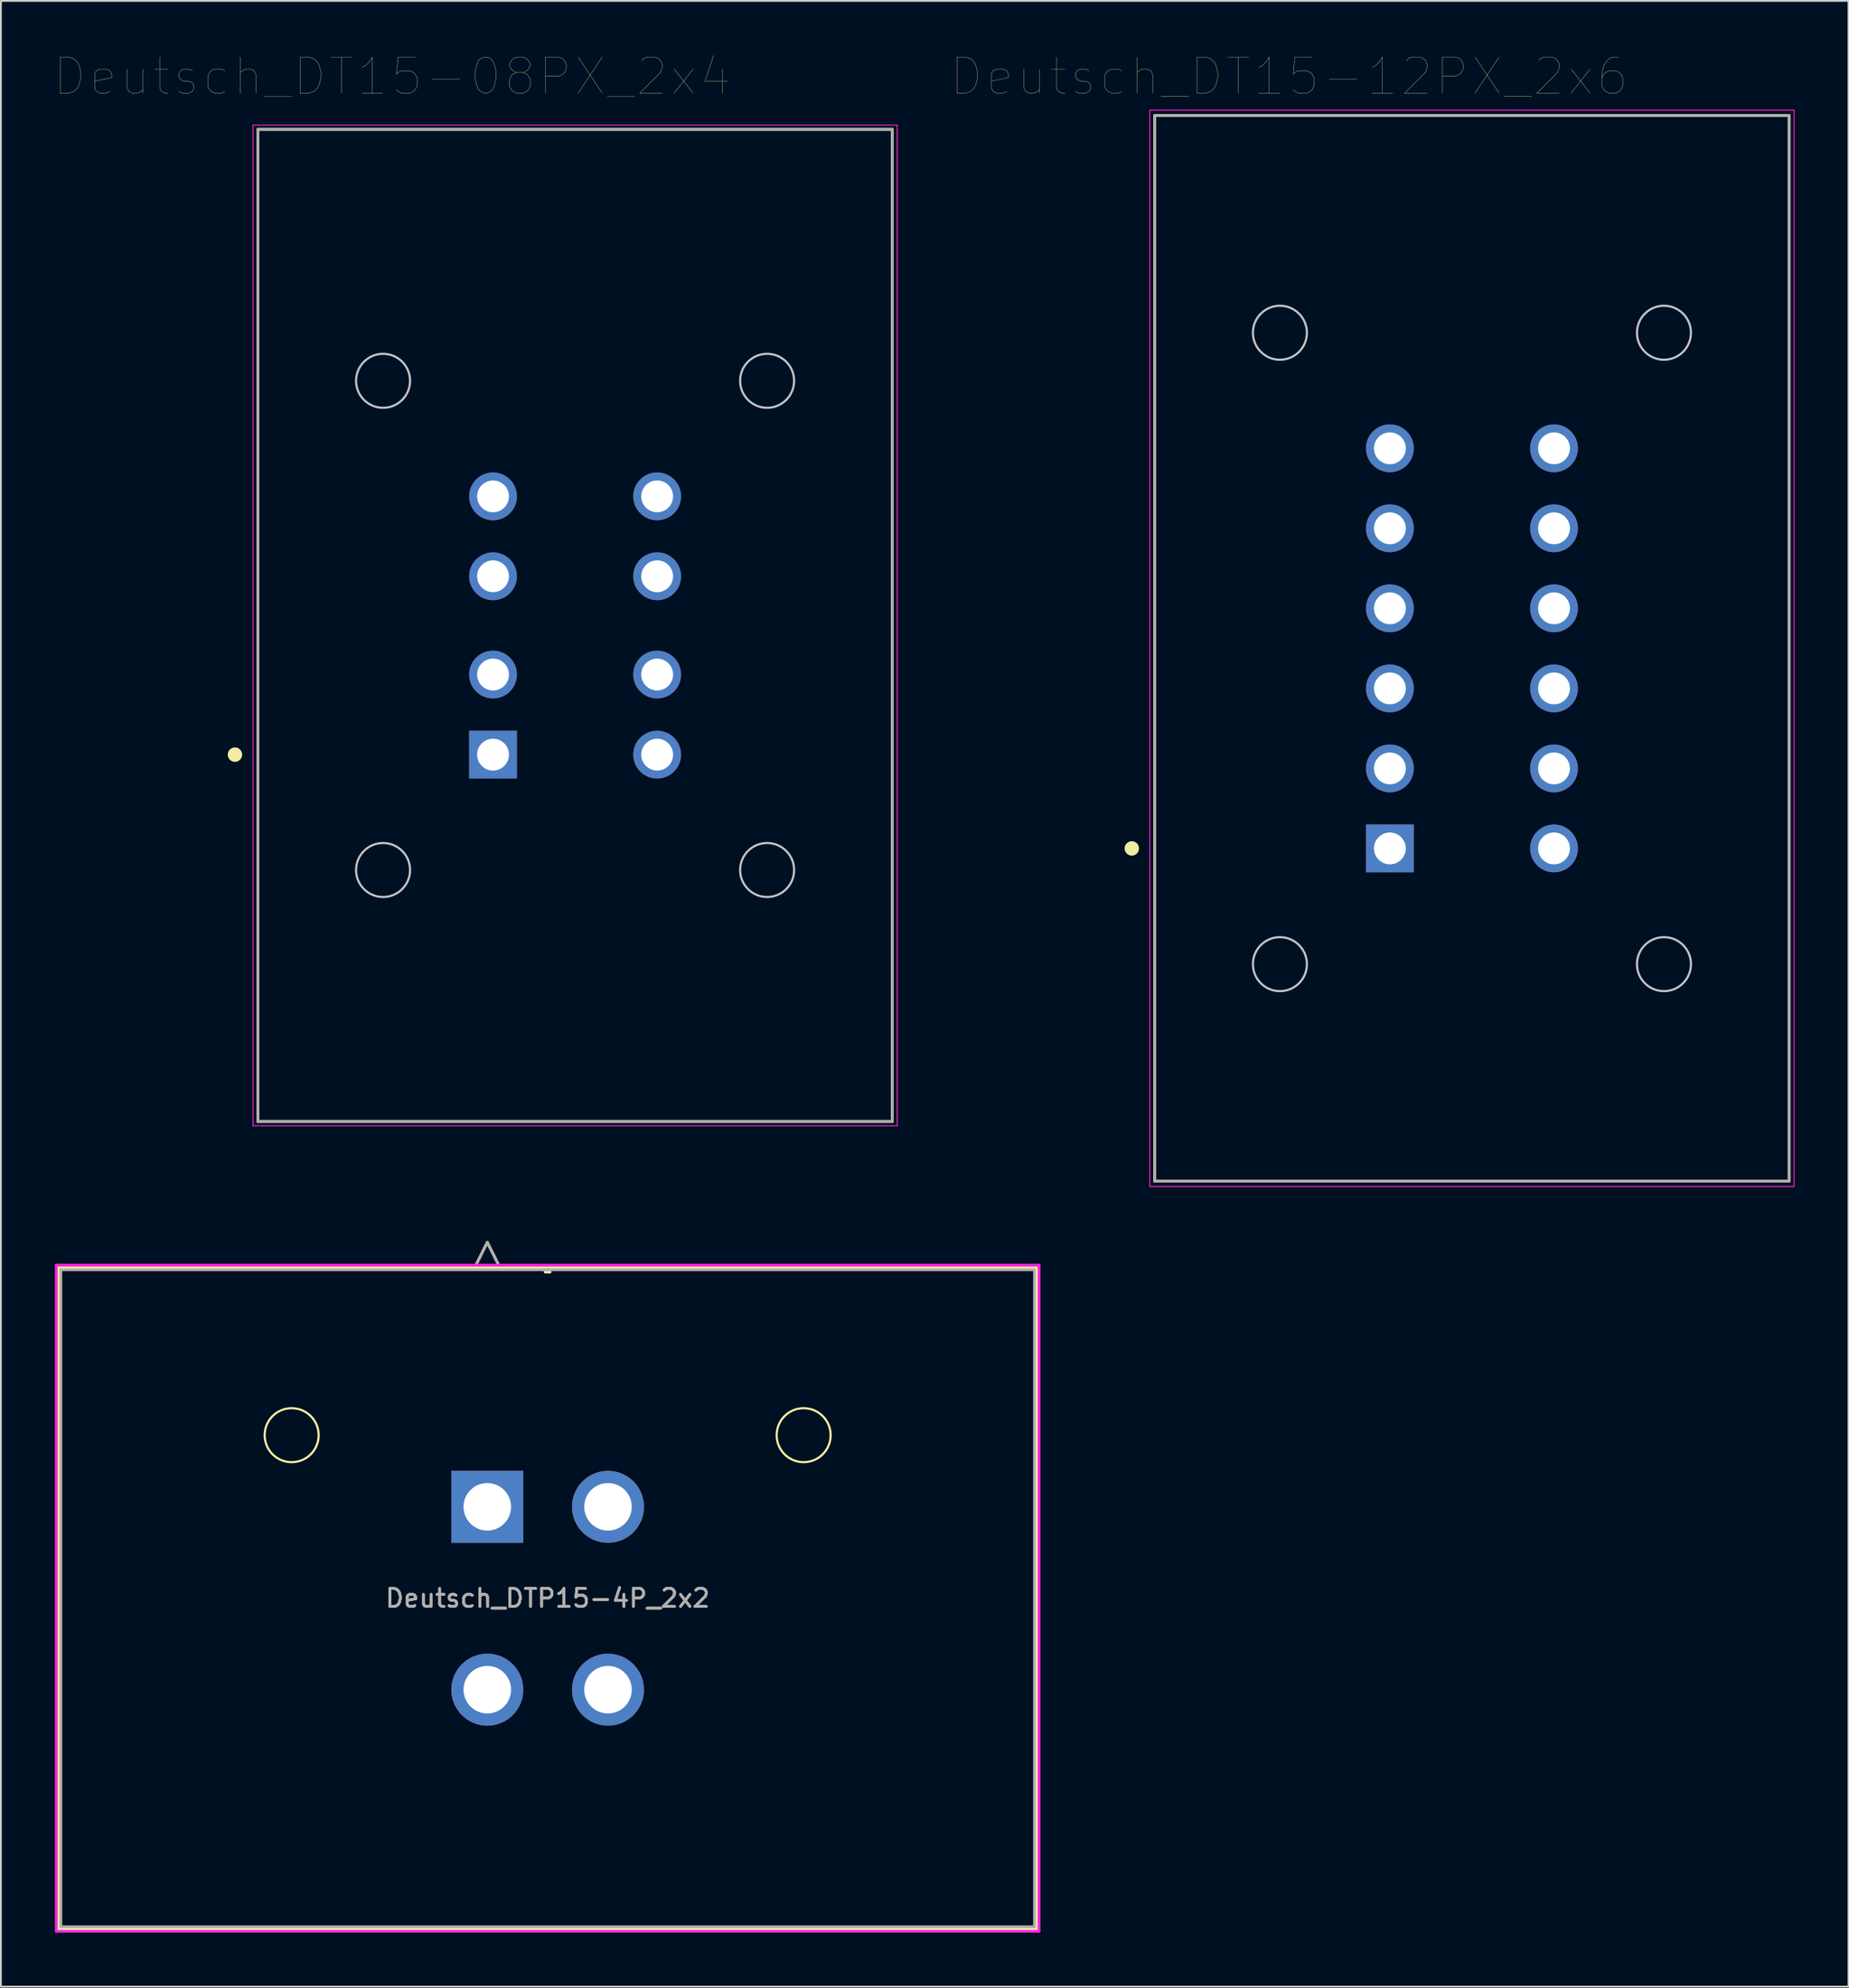
<source format=kicad_pcb>
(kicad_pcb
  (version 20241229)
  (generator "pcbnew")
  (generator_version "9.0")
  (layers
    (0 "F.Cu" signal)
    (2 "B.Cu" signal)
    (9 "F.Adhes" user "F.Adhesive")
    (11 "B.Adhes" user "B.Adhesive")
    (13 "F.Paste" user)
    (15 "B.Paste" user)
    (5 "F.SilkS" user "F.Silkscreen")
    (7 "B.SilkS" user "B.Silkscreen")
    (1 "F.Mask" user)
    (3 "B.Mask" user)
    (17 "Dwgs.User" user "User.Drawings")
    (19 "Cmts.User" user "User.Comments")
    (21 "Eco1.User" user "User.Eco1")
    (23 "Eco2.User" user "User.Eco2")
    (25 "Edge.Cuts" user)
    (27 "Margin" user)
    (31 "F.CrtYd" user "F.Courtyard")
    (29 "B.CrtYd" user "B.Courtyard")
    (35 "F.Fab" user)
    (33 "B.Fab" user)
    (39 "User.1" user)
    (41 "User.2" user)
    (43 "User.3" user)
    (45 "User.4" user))
  (footprint "Deutsch_DT15-12PX_2x6"
    (layer "F.Cu")
    (at 78.741 32.972)
    (property "Reference" "Deutsch_DT15-12PX_2x6" (at -10.168 -31.775 0) (layer "F.SilkS") (effects (font (size 2.002 2.002) (thickness 0.015))))
    (attr through_hole)
    (fp_line (start -17.63 -29.605) (end 17.63 -29.605) (stroke (width 0.152) (type solid)) (layer "F.SilkS"))
    (fp_line (start -17.63 29.605) (end -17.63 -29.605) (stroke (width 0.152) (type solid)) (layer "F.SilkS"))
    (fp_line (start 17.63 -29.605) (end 17.63 29.605) (stroke (width 0.152) (type solid)) (layer "F.SilkS"))
    (fp_line (start 17.63 29.605) (end -17.63 29.605) (stroke (width 0.152) (type solid)) (layer "F.SilkS"))
    (fp_circle (center -18.9 11.115) (end -18.7 11.115) (stroke (width 0.4) (type solid)) (fill no) (layer "F.SilkS"))
    (fp_circle (center -10.67 -17.535) (end -9.17 -17.535) (stroke (width 0.12) (type solid)) (fill no) (layer "Dwgs.User"))
    (fp_circle (center -10.67 17.545) (end -9.17 17.545) (stroke (width 0.12) (type solid)) (fill no) (layer "Dwgs.User"))
    (fp_circle (center 10.67 -17.535) (end 12.17 -17.535) (stroke (width 0.12) (type solid)) (fill no) (layer "Dwgs.User"))
    (fp_circle (center 10.67 17.545) (end 12.17 17.545) (stroke (width 0.12) (type solid)) (fill no) (layer "Dwgs.User"))
    (fp_line (start -17.9 -29.9) (end 17.9 -29.9) (stroke (width 0.05) (type solid)) (layer "F.CrtYd"))
    (fp_line (start -17.9 29.9) (end -17.9 -29.9) (stroke (width 0.05) (type solid)) (layer "F.CrtYd"))
    (fp_line (start 17.9 -29.9) (end 17.9 29.9) (stroke (width 0.05) (type solid)) (layer "F.CrtYd"))
    (fp_line (start 17.9 29.9) (end -17.9 29.9) (stroke (width 0.05) (type solid)) (layer "F.CrtYd"))
    (fp_line (start -17.63 -29.605) (end 17.63 -29.605) (stroke (width 0.152) (type solid)) (layer "F.Fab"))
    (fp_line (start -17.63 29.605) (end -17.63 -29.605) (stroke (width 0.152) (type solid)) (layer "F.Fab"))
    (fp_line (start 17.63 -29.605) (end 17.63 29.605) (stroke (width 0.152) (type solid)) (layer "F.Fab"))
    (fp_line (start 17.63 29.605) (end -17.63 29.605) (stroke (width 0.152) (type solid)) (layer "F.Fab"))
    (pad "1" thru_hole rect (at -4.56 11.115) (size 2.655 2.655) (drill 1.77) (layers "*.Cu" "*.Mask"))
    (pad "2" thru_hole circle (at -4.56 6.67) (size 2.655 2.655) (drill 1.77) (layers "*.Cu" "*.Mask"))
    (pad "3" thru_hole circle (at -4.56 2.225) (size 2.655 2.655) (drill 1.77) (layers "*.Cu" "*.Mask"))
    (pad "4" thru_hole circle (at -4.56 -2.225) (size 2.655 2.655) (drill 1.77) (layers "*.Cu" "*.Mask"))
    (pad "5" thru_hole circle (at -4.56 -6.67) (size 2.655 2.655) (drill 1.77) (layers "*.Cu" "*.Mask"))
    (pad "6" thru_hole circle (at -4.56 -11.115) (size 2.655 2.655) (drill 1.77) (layers "*.Cu" "*.Mask"))
    (pad "7" thru_hole circle (at 4.56 -11.115) (size 2.655 2.655) (drill 1.77) (layers "*.Cu" "*.Mask"))
    (pad "8" thru_hole circle (at 4.56 -6.67) (size 2.655 2.655) (drill 1.77) (layers "*.Cu" "*.Mask"))
    (pad "9" thru_hole circle (at 4.56 -2.225) (size 2.655 2.655) (drill 1.77) (layers "*.Cu" "*.Mask"))
    (pad "10" thru_hole circle (at 4.56 2.225) (size 2.655 2.655) (drill 1.77) (layers "*.Cu" "*.Mask"))
    (pad "11" thru_hole circle (at 4.56 6.67) (size 2.655 2.655) (drill 1.77) (layers "*.Cu" "*.Mask"))
    (pad "12" thru_hole circle (at 4.56 11.115) (size 2.655 2.655) (drill 1.77) (layers "*.Cu" "*.Mask")))
  (footprint "Deutsch_DTP15-4P_2x2"
    (layer "F.Cu")
    (at 27.381 85.747)
    (property "Reference" "Deutsch_DTP15-4P_2x2" (at 0 0 0) (layer "F.SilkS") (effects (font (size 1 1) (thickness 0.15))))
    (attr through_hole)
    (fp_line (start -27.178 -18.377) (end -27.178 18.377) (stroke (width 0.152) (type solid)) (layer "F.SilkS"))
    (fp_line (start -27.178 18.377) (end 27.178 18.377) (stroke (width 0.152) (type solid)) (layer "F.SilkS"))
    (fp_line (start -3.988 -18.504) (end -3.353 -19.774) (stroke (width 0.152) (type solid)) (layer "F.SilkS"))
    (fp_line (start -2.718 -18.504) (end -3.353 -19.774) (stroke (width 0.152) (type solid)) (layer "F.SilkS"))
    (fp_line (start -0.127 -18.377) (end -0.127 -18.123) (stroke (width 0.152) (type solid)) (layer "F.SilkS"))
    (fp_line (start -0.127 -18.123) (end 0.127 -18.123) (stroke (width 0.152) (type solid)) (layer "F.SilkS"))
    (fp_line (start 0.127 -18.377) (end -0.127 -18.377) (stroke (width 0.152) (type solid)) (layer "F.SilkS"))
    (fp_line (start 0.127 -18.123) (end 0.127 -18.377) (stroke (width 0.152) (type solid)) (layer "F.SilkS"))
    (fp_line (start 27.178 -18.377) (end -27.178 -18.377) (stroke (width 0.152) (type solid)) (layer "F.SilkS"))
    (fp_line (start 27.178 18.377) (end 27.178 -18.377) (stroke (width 0.152) (type solid)) (layer "F.SilkS"))
    (fp_circle (center -14.225 -9.06) (end -12.725 -9.06) (stroke (width 0.12) (type solid)) (fill no) (layer "F.SilkS"))
    (fp_circle (center 14.225 -9.06) (end 15.725 -9.06) (stroke (width 0.12) (type solid)) (fill no) (layer "F.SilkS"))
    (fp_line (start -27.305 -18.504) (end -27.305 18.504) (stroke (width 0.152) (type solid)) (layer "F.CrtYd"))
    (fp_line (start -27.305 18.504) (end 27.305 18.504) (stroke (width 0.152) (type solid)) (layer "F.CrtYd"))
    (fp_line (start 27.305 -18.504) (end -27.305 -18.504) (stroke (width 0.152) (type solid)) (layer "F.CrtYd"))
    (fp_line (start 27.305 18.504) (end 27.305 -18.504) (stroke (width 0.152) (type solid)) (layer "F.CrtYd"))
    (fp_line (start -27.051 -18.25) (end -27.051 18.25) (stroke (width 0.152) (type solid)) (layer "F.Fab"))
    (fp_line (start -27.051 18.25) (end 27.051 18.25) (stroke (width 0.152) (type solid)) (layer "F.Fab"))
    (fp_line (start -3.988 -18.504) (end -3.353 -19.774) (stroke (width 0.152) (type solid)) (layer "F.Fab"))
    (fp_line (start -2.718 -18.504) (end -3.353 -19.774) (stroke (width 0.152) (type solid)) (layer "F.Fab"))
    (fp_line (start 0 -18.25) (end 0 -18.25) (stroke (width 0.152) (type solid)) (layer "F.Fab"))
    (fp_line (start 0 -18.25) (end 0 -18.25) (stroke (width 0.152) (type solid)) (layer "F.Fab"))
    (fp_line (start 0 -18.25) (end 0 -18.25) (stroke (width 0.152) (type solid)) (layer "F.Fab"))
    (fp_line (start 0 -18.25) (end 0 -18.25) (stroke (width 0.152) (type solid)) (layer "F.Fab"))
    (fp_line (start 27.051 -18.25) (end -27.051 -18.25) (stroke (width 0.152) (type solid)) (layer "F.Fab"))
    (fp_line (start 27.051 18.25) (end 27.051 -18.25) (stroke (width 0.152) (type solid)) (layer "F.Fab"))
    (fp_text user "${REFERENCE}" (at 0 0 0) (layer "F.Fab") (effects (font (size 1 1) (thickness 0.15))))
    (pad "1" thru_hole rect (at -3.353 -5.08) (size 4 4) (drill 2.642) (layers "*.Cu" "*.Mask"))
    (pad "2" thru_hole circle (at 3.353 -5.08) (size 4 4) (drill 2.642) (layers "*.Cu" "*.Mask"))
    (pad "3" thru_hole circle (at 3.353 5.08) (size 4 4) (drill 2.642) (layers "*.Cu" "*.Mask"))
    (pad "4" thru_hole circle (at -3.353 5.08) (size 4 4) (drill 2.642) (layers "*.Cu" "*.Mask")))
  (footprint "Deutsch_DT15-08PX_2x4"
    (layer "F.Cu")
    (at 28.906 31.697)
    (property "Reference" "Deutsch_DT15-08PX_2x4" (at -10.167 -30.5 0) (layer "F.SilkS") (effects (font (size 2.001 2.001) (thickness 0.015))))
    (attr through_hole)
    (fp_line (start -17.63 -27.56) (end 17.63 -27.56) (stroke (width 0.152) (type solid)) (layer "F.SilkS"))
    (fp_line (start -17.63 27.56) (end -17.63 -27.56) (stroke (width 0.152) (type solid)) (layer "F.SilkS"))
    (fp_line (start 17.63 -27.56) (end 17.63 27.56) (stroke (width 0.152) (type solid)) (layer "F.SilkS"))
    (fp_line (start 17.63 27.56) (end -17.63 27.56) (stroke (width 0.152) (type solid)) (layer "F.SilkS"))
    (fp_circle (center -18.9 7.18) (end -18.7 7.18) (stroke (width 0.4) (type solid)) (fill no) (layer "F.SilkS"))
    (fp_circle (center -10.67 -13.59) (end -9.17 -13.59) (stroke (width 0.12) (type solid)) (fill no) (layer "Dwgs.User"))
    (fp_circle (center -10.67 13.59) (end -9.17 13.59) (stroke (width 0.12) (type solid)) (fill no) (layer "Dwgs.User"))
    (fp_circle (center 10.67 -13.59) (end 12.17 -13.59) (stroke (width 0.12) (type solid)) (fill no) (layer "Dwgs.User"))
    (fp_circle (center 10.67 13.59) (end 12.17 13.59) (stroke (width 0.12) (type solid)) (fill no) (layer "Dwgs.User"))
    (fp_line (start -17.9 -27.8) (end 17.9 -27.8) (stroke (width 0.05) (type solid)) (layer "F.CrtYd"))
    (fp_line (start -17.9 27.8) (end -17.9 -27.8) (stroke (width 0.05) (type solid)) (layer "F.CrtYd"))
    (fp_line (start 17.9 -27.8) (end 17.9 27.8) (stroke (width 0.05) (type solid)) (layer "F.CrtYd"))
    (fp_line (start 17.9 27.8) (end -17.9 27.8) (stroke (width 0.05) (type solid)) (layer "F.CrtYd"))
    (fp_line (start -17.63 -27.56) (end 17.63 -27.56) (stroke (width 0.152) (type solid)) (layer "F.Fab"))
    (fp_line (start -17.63 27.56) (end -17.63 -27.56) (stroke (width 0.152) (type solid)) (layer "F.Fab"))
    (fp_line (start 17.63 -27.56) (end 17.63 27.56) (stroke (width 0.152) (type solid)) (layer "F.Fab"))
    (fp_line (start 17.63 27.56) (end -17.63 27.56) (stroke (width 0.152) (type solid)) (layer "F.Fab"))
    (pad "1" thru_hole rect (at -4.56 7.18) (size 2.655 2.655) (drill 1.77) (layers "*.Cu" "*.Mask"))
    (pad "2" thru_hole circle (at -4.56 2.73) (size 2.655 2.655) (drill 1.77) (layers "*.Cu" "*.Mask"))
    (pad "3" thru_hole circle (at -4.56 -2.73) (size 2.655 2.655) (drill 1.77) (layers "*.Cu" "*.Mask"))
    (pad "4" thru_hole circle (at -4.56 -7.17) (size 2.655 2.655) (drill 1.77) (layers "*.Cu" "*.Mask"))
    (pad "5" thru_hole circle (at 4.56 -7.17) (size 2.655 2.655) (drill 1.77) (layers "*.Cu" "*.Mask"))
    (pad "6" thru_hole circle (at 4.56 -2.73) (size 2.655 2.655) (drill 1.77) (layers "*.Cu" "*.Mask"))
    (pad "7" thru_hole circle (at 4.56 2.73) (size 2.655 2.655) (drill 1.77) (layers "*.Cu" "*.Mask"))
    (pad "8" thru_hole circle (at 4.56 7.18) (size 2.655 2.655) (drill 1.77) (layers "*.Cu" "*.Mask")))
  (gr_rect
    (start -3 -3)
    (end 99.666 107.327)
    (stroke (width 0.1) (type default))
    (fill no)
    (layer "Edge.Cuts")))
</source>
